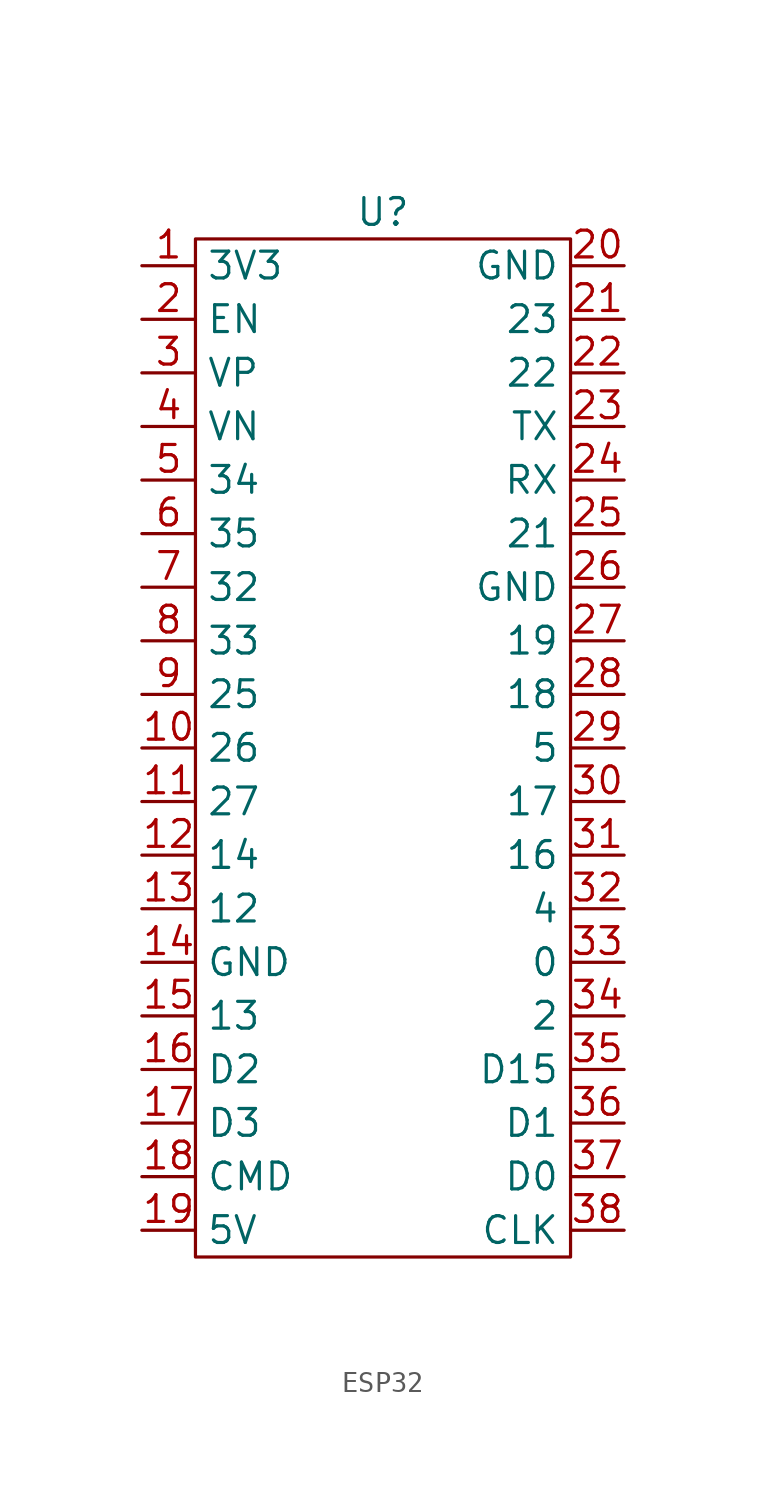
<source format=kicad_sym>
(kicad_symbol_lib
  (version 20220914)
  (generator kicad_symbol_editor)
  (symbol "ESP32"
    (property "Reference" "U"
      (at 0 1.27 0)
      (effects (font (size 1.27 1.27))))
    (property "Value" ""
      (at 0 1.27 0)
      (effects (font (size 1.27 1.27))))
    (symbol "ESP32_0_1"
      (rectangle (start -8.89 0) (end 8.89 -48.26) (stroke (width 0) (type default)) (fill (type none))))
    (symbol "ESP32_1_1"
      (pin power_in line (at -11.43 -1.27 0) (length 2.54) (name "3V3" (effects (font (size 1.27 1.27)))) (number "1" (effects (font (size 1.27 1.27)))))
      (pin bidirectional line (at -11.43 -24.13 0) (length 2.54) (name "26" (effects (font (size 1.27 1.27)))) (number "10" (effects (font (size 1.27 1.27)))))
      (pin bidirectional line (at -11.43 -26.67 0) (length 2.54) (name "27" (effects (font (size 1.27 1.27)))) (number "11" (effects (font (size 1.27 1.27)))))
      (pin bidirectional line (at -11.43 -29.21 0) (length 2.54) (name "14" (effects (font (size 1.27 1.27)))) (number "12" (effects (font (size 1.27 1.27)))))
      (pin bidirectional line (at -11.43 -31.75 0) (length 2.54) (name "12" (effects (font (size 1.27 1.27)))) (number "13" (effects (font (size 1.27 1.27)))))
      (pin power_out line (at -11.43 -34.29 0) (length 2.54) (name "GND" (effects (font (size 1.27 1.27)))) (number "14" (effects (font (size 1.27 1.27)))))
      (pin bidirectional line (at -11.43 -36.83 0) (length 2.54) (name "13" (effects (font (size 1.27 1.27)))) (number "15" (effects (font (size 1.27 1.27)))))
      (pin bidirectional line (at -11.43 -39.37 0) (length 2.54) (name "D2" (effects (font (size 1.27 1.27)))) (number "16" (effects (font (size 1.27 1.27)))))
      (pin bidirectional line (at -11.43 -41.91 0) (length 2.54) (name "D3" (effects (font (size 1.27 1.27)))) (number "17" (effects (font (size 1.27 1.27)))))
      (pin bidirectional line (at -11.43 -44.45 0) (length 2.54) (name "CMD" (effects (font (size 1.27 1.27)))) (number "18" (effects (font (size 1.27 1.27)))))
      (pin power_in line (at -11.43 -46.99 0) (length 2.54) (name "5V" (effects (font (size 1.27 1.27)))) (number "19" (effects (font (size 1.27 1.27)))))
      (pin input line (at -11.43 -3.81 0) (length 2.54) (name "EN" (effects (font (size 1.27 1.27)))) (number "2" (effects (font (size 1.27 1.27)))))
      (pin power_out line (at 11.43 -1.27 180) (length 2.54) (name "GND" (effects (font (size 1.27 1.27)))) (number "20" (effects (font (size 1.27 1.27)))))
      (pin bidirectional line (at 11.43 -3.81 180) (length 2.54) (name "23" (effects (font (size 1.27 1.27)))) (number "21" (effects (font (size 1.27 1.27)))))
      (pin bidirectional line (at 11.43 -6.35 180) (length 2.54) (name "22" (effects (font (size 1.27 1.27)))) (number "22" (effects (font (size 1.27 1.27)))))
      (pin bidirectional line (at 11.43 -8.89 180) (length 2.54) (name "TX" (effects (font (size 1.27 1.27)))) (number "23" (effects (font (size 1.27 1.27)))))
      (pin bidirectional line (at 11.43 -11.43 180) (length 2.54) (name "RX" (effects (font (size 1.27 1.27)))) (number "24" (effects (font (size 1.27 1.27)))))
      (pin bidirectional line (at 11.43 -13.97 180) (length 2.54) (name "21" (effects (font (size 1.27 1.27)))) (number "25" (effects (font (size 1.27 1.27)))))
      (pin power_out line (at 11.43 -16.51 180) (length 2.54) (name "GND" (effects (font (size 1.27 1.27)))) (number "26" (effects (font (size 1.27 1.27)))))
      (pin bidirectional line (at 11.43 -19.05 180) (length 2.54) (name "19" (effects (font (size 1.27 1.27)))) (number "27" (effects (font (size 1.27 1.27)))))
      (pin bidirectional line (at 11.43 -21.59 180) (length 2.54) (name "18" (effects (font (size 1.27 1.27)))) (number "28" (effects (font (size 1.27 1.27)))))
      (pin bidirectional line (at 11.43 -24.13 180) (length 2.54) (name "5" (effects (font (size 1.27 1.27)))) (number "29" (effects (font (size 1.27 1.27)))))
      (pin bidirectional line (at -11.43 -6.35 0) (length 2.54) (name "VP" (effects (font (size 1.27 1.27)))) (number "3" (effects (font (size 1.27 1.27)))))
      (pin bidirectional line (at 11.43 -26.67 180) (length 2.54) (name "17" (effects (font (size 1.27 1.27)))) (number "30" (effects (font (size 1.27 1.27)))))
      (pin bidirectional line (at 11.43 -29.21 180) (length 2.54) (name "16" (effects (font (size 1.27 1.27)))) (number "31" (effects (font (size 1.27 1.27)))))
      (pin bidirectional line (at 11.43 -31.75 180) (length 2.54) (name "4" (effects (font (size 1.27 1.27)))) (number "32" (effects (font (size 1.27 1.27)))))
      (pin bidirectional line (at 11.43 -34.29 180) (length 2.54) (name "0" (effects (font (size 1.27 1.27)))) (number "33" (effects (font (size 1.27 1.27)))))
      (pin bidirectional line (at 11.43 -36.83 180) (length 2.54) (name "2" (effects (font (size 1.27 1.27)))) (number "34" (effects (font (size 1.27 1.27)))))
      (pin bidirectional line (at 11.43 -39.37 180) (length 2.54) (name "D15" (effects (font (size 1.27 1.27)))) (number "35" (effects (font (size 1.27 1.27)))))
      (pin bidirectional line (at 11.43 -41.91 180) (length 2.54) (name "D1" (effects (font (size 1.27 1.27)))) (number "36" (effects (font (size 1.27 1.27)))))
      (pin bidirectional line (at 11.43 -44.45 180) (length 2.54) (name "D0" (effects (font (size 1.27 1.27)))) (number "37" (effects (font (size 1.27 1.27)))))
      (pin bidirectional line (at 11.43 -46.99 180) (length 2.54) (name "CLK" (effects (font (size 1.27 1.27)))) (number "38" (effects (font (size 1.27 1.27)))))
      (pin bidirectional line (at -11.43 -8.89 0) (length 2.54) (name "VN" (effects (font (size 1.27 1.27)))) (number "4" (effects (font (size 1.27 1.27)))))
      (pin bidirectional line (at -11.43 -11.43 0) (length 2.54) (name "34" (effects (font (size 1.27 1.27)))) (number "5" (effects (font (size 1.27 1.27)))))
      (pin bidirectional line (at -11.43 -13.97 0) (length 2.54) (name "35" (effects (font (size 1.27 1.27)))) (number "6" (effects (font (size 1.27 1.27)))))
      (pin bidirectional line (at -11.43 -16.51 0) (length 2.54) (name "32" (effects (font (size 1.27 1.27)))) (number "7" (effects (font (size 1.27 1.27)))))
      (pin bidirectional line (at -11.43 -19.05 0) (length 2.54) (name "33" (effects (font (size 1.27 1.27)))) (number "8" (effects (font (size 1.27 1.27)))))
      (pin bidirectional line (at -11.43 -21.59 0) (length 2.54) (name "25" (effects (font (size 1.27 1.27)))) (number "9" (effects (font (size 1.27 1.27))))))))
</source>
